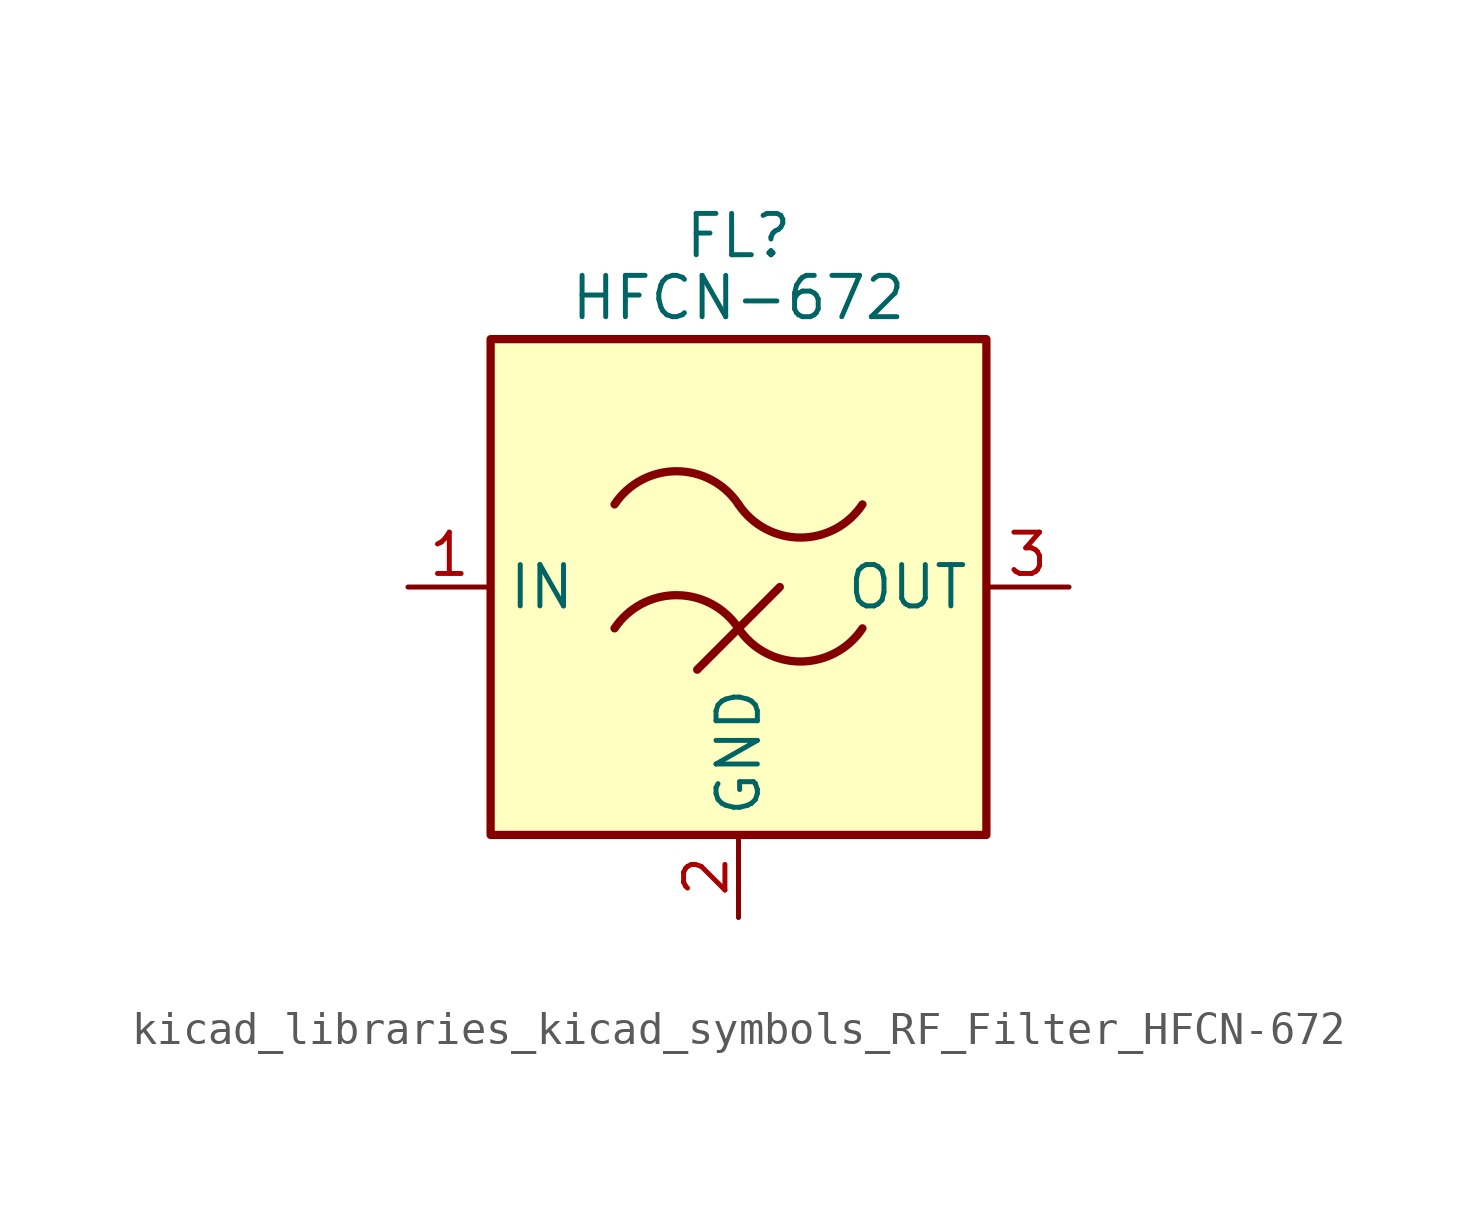
<source format=kicad_sym>
(kicad_symbol_lib
  (version 20220914)
  (generator kicad_symbol_editor)
  (symbol "kicad_libraries_kicad_symbols_RF_Filter_HFCN-672"
    (property "Reference" "FL"
      (at 0 10.795 0)
      (effects (font (size 1.27 1.27))))
    (property "Value" "HFCN-672"
      (at 0 8.89 0)
      (effects (font (size 1.27 1.27))))
    (symbol "kicad_libraries_kicad_symbols_RF_Filter_HFCN-672_0_1"
      (rectangle (start -7.62 7.62) (end 7.62 -7.62) (stroke (width 0.254) (type default)) (fill (type background)))
      (arc (start 0 -1.27) (mid -1.905 -0.2505) (end -3.81 -1.27) (stroke (width 0.254) (type default)) (fill (type none)))
      (arc (start 0 -1.27) (mid 1.905 -2.2895) (end 3.81 -1.27) (stroke (width 0.254) (type default)) (fill (type none)))
      (polyline (pts (xy -1.27 -2.54) (xy 1.27 0)) (stroke (width 0.254) (type default)) (fill (type none)))
      (arc (start 0 2.54) (mid -1.905 3.5595) (end -3.81 2.54) (stroke (width 0.254) (type default)) (fill (type none)))
      (arc (start 0 2.54) (mid 1.905 1.5205) (end 3.81 2.54) (stroke (width 0.254) (type default)) (fill (type none))))
    (symbol "kicad_libraries_kicad_symbols_RF_Filter_HFCN-672_1_1"
      (pin passive line (at -10.16 0 0) (length 2.54) (name "IN" (effects (font (size 1.27 1.27)))) (number "1" (effects (font (size 1.27 1.27)))))
      (pin passive line (at 0 -10.16 90) (length 2.54) (name "GND" (effects (font (size 1.27 1.27)))) (number "2" (effects (font (size 1.27 1.27)))))
      (pin passive line (at 10.16 0 180) (length 2.54) (name "OUT" (effects (font (size 1.27 1.27)))) (number "3" (effects (font (size 1.27 1.27)))))
      (pin passive line (at 0 -10.16 90) (length 2.54) hide (name "GND" (effects (font (size 1.27 1.27)))) (number "4" (effects (font (size 1.27 1.27)))))
      (pin passive line (at 0 -10.16 90) (length 2.54) hide (name "GND" (effects (font (size 1.27 1.27)))) (number "5" (effects (font (size 1.27 1.27)))))
      (pin passive line (at 0 -10.16 90) (length 2.54) hide (name "GND" (effects (font (size 1.27 1.27)))) (number "6" (effects (font (size 1.27 1.27))))))))
</source>
